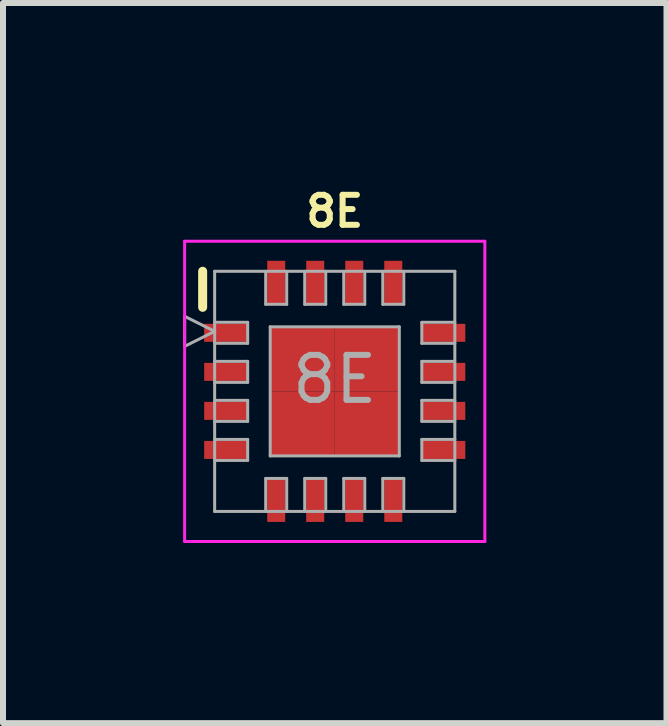
<source format=kicad_pcb>
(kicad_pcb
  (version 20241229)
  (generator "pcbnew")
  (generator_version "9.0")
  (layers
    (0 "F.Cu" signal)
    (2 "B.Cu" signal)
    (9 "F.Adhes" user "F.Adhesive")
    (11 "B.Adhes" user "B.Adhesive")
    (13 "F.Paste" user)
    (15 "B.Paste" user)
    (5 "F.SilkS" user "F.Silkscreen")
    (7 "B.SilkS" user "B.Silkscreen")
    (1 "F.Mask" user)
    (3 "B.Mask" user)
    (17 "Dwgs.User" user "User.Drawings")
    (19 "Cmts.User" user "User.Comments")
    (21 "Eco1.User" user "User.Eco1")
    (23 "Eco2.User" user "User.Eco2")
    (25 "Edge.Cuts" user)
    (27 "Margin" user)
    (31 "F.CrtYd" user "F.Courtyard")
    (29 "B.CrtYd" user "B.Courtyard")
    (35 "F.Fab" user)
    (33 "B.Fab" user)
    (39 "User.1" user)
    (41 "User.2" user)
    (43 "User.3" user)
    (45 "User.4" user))
  (footprint "8E"
    (layer "F.Cu")
    (at 2.525 3.468)
    (property "Reference" "8E" (at 0 -3 0) (layer "F.SilkS") (effects (font (size 0.5 0.5) (thickness 0.1))))
    (attr smd)
    (fp_line (start -2.2 -1.4) (end -2.2 -2) (stroke (width 0.15) (type solid)) (layer "F.SilkS"))
    (fp_line (start -2.5 -2.5) (end -2.5 2.5) (stroke (width 0.05) (type solid)) (layer "F.CrtYd"))
    (fp_line (start -2.5 -2.5) (end 2.5 -2.5) (stroke (width 0.05) (type solid)) (layer "F.CrtYd"))
    (fp_line (start -2.5 2.5) (end 2.5 2.5) (stroke (width 0.05) (type solid)) (layer "F.CrtYd"))
    (fp_line (start 2.5 -2.5) (end 2.5 2.5) (stroke (width 0.05) (type solid)) (layer "F.CrtYd"))
    (fp_line (start -2.5 -1.25) (end -2.5 -0.75) (stroke (width 0.05) (type solid)) (layer "F.Fab"))
    (fp_line (start -2.5 -0.75) (end -2 -1) (stroke (width 0.05) (type solid)) (layer "F.Fab"))
    (fp_line (start -2 -2) (end 2 -2) (stroke (width 0.05) (type solid)) (layer "F.Fab"))
    (fp_line (start -2 -1) (end -2.5 -1.25) (stroke (width 0.05) (type solid)) (layer "F.Fab"))
    (fp_line (start -2 -0.8) (end -1.45 -0.8) (stroke (width 0.05) (type solid)) (layer "F.Fab"))
    (fp_line (start -2 -0.15) (end -1.45 -0.15) (stroke (width 0.05) (type solid)) (layer "F.Fab"))
    (fp_line (start -2 0.5) (end -1.45 0.5) (stroke (width 0.05) (type solid)) (layer "F.Fab"))
    (fp_line (start -2 1.15) (end -1.45 1.15) (stroke (width 0.05) (type solid)) (layer "F.Fab"))
    (fp_line (start -2 2) (end -2 -2) (stroke (width 0.05) (type solid)) (layer "F.Fab"))
    (fp_line (start -1.45 -1.15) (end -2 -1.15) (stroke (width 0.05) (type solid)) (layer "F.Fab"))
    (fp_line (start -1.45 -0.8) (end -1.45 -1.15) (stroke (width 0.05) (type solid)) (layer "F.Fab"))
    (fp_line (start -1.45 -0.5) (end -2 -0.5) (stroke (width 0.05) (type solid)) (layer "F.Fab"))
    (fp_line (start -1.45 -0.15) (end -1.45 -0.5) (stroke (width 0.05) (type solid)) (layer "F.Fab"))
    (fp_line (start -1.45 0.15) (end -2 0.15) (stroke (width 0.05) (type solid)) (layer "F.Fab"))
    (fp_line (start -1.45 0.5) (end -1.45 0.15) (stroke (width 0.05) (type solid)) (layer "F.Fab"))
    (fp_line (start -1.45 0.8) (end -2 0.8) (stroke (width 0.05) (type solid)) (layer "F.Fab"))
    (fp_line (start -1.45 1.15) (end -1.45 0.8) (stroke (width 0.05) (type solid)) (layer "F.Fab"))
    (fp_line (start -1.15 -2) (end -1.15 -1.45) (stroke (width 0.05) (type solid)) (layer "F.Fab"))
    (fp_line (start -1.15 -1.45) (end -0.8 -1.45) (stroke (width 0.05) (type solid)) (layer "F.Fab"))
    (fp_line (start -1.15 1.45) (end -1.15 2) (stroke (width 0.05) (type solid)) (layer "F.Fab"))
    (fp_line (start -1.075 -1.075) (end 1.075 -1.075) (stroke (width 0.05) (type solid)) (layer "F.Fab"))
    (fp_line (start -1.075 1.075) (end -1.075 -1.075) (stroke (width 0.05) (type solid)) (layer "F.Fab"))
    (fp_line (start -0.8 -1.45) (end -0.8 -2) (stroke (width 0.05) (type solid)) (layer "F.Fab"))
    (fp_line (start -0.8 1.45) (end -1.15 1.45) (stroke (width 0.05) (type solid)) (layer "F.Fab"))
    (fp_line (start -0.8 2) (end -0.8 1.45) (stroke (width 0.05) (type solid)) (layer "F.Fab"))
    (fp_line (start -0.5 -2) (end -0.5 -1.45) (stroke (width 0.05) (type solid)) (layer "F.Fab"))
    (fp_line (start -0.5 -1.45) (end -0.15 -1.45) (stroke (width 0.05) (type solid)) (layer "F.Fab"))
    (fp_line (start -0.5 1.45) (end -0.5 2) (stroke (width 0.05) (type solid)) (layer "F.Fab"))
    (fp_line (start -0.15 -1.45) (end -0.15 -2) (stroke (width 0.05) (type solid)) (layer "F.Fab"))
    (fp_line (start -0.15 1.45) (end -0.5 1.45) (stroke (width 0.05) (type solid)) (layer "F.Fab"))
    (fp_line (start -0.15 2) (end -0.15 1.45) (stroke (width 0.05) (type solid)) (layer "F.Fab"))
    (fp_line (start 0.15 -2) (end 0.15 -1.45) (stroke (width 0.05) (type solid)) (layer "F.Fab"))
    (fp_line (start 0.15 -1.45) (end 0.5 -1.45) (stroke (width 0.05) (type solid)) (layer "F.Fab"))
    (fp_line (start 0.15 1.45) (end 0.15 2) (stroke (width 0.05) (type solid)) (layer "F.Fab"))
    (fp_line (start 0.5 -1.45) (end 0.5 -2) (stroke (width 0.05) (type solid)) (layer "F.Fab"))
    (fp_line (start 0.5 1.45) (end 0.15 1.45) (stroke (width 0.05) (type solid)) (layer "F.Fab"))
    (fp_line (start 0.5 2) (end 0.5 1.45) (stroke (width 0.05) (type solid)) (layer "F.Fab"))
    (fp_line (start 0.8 -2) (end 0.8 -1.45) (stroke (width 0.05) (type solid)) (layer "F.Fab"))
    (fp_line (start 0.8 -1.45) (end 1.15 -1.45) (stroke (width 0.05) (type solid)) (layer "F.Fab"))
    (fp_line (start 0.8 1.45) (end 0.8 2) (stroke (width 0.05) (type solid)) (layer "F.Fab"))
    (fp_line (start 1.075 -1.075) (end 1.075 1.075) (stroke (width 0.05) (type solid)) (layer "F.Fab"))
    (fp_line (start 1.075 1.075) (end -1.075 1.075) (stroke (width 0.05) (type solid)) (layer "F.Fab"))
    (fp_line (start 1.15 -1.45) (end 1.15 -2) (stroke (width 0.05) (type solid)) (layer "F.Fab"))
    (fp_line (start 1.15 1.45) (end 0.8 1.45) (stroke (width 0.05) (type solid)) (layer "F.Fab"))
    (fp_line (start 1.15 2) (end 1.15 1.45) (stroke (width 0.05) (type solid)) (layer "F.Fab"))
    (fp_line (start 1.45 -1.15) (end 1.45 -0.8) (stroke (width 0.05) (type solid)) (layer "F.Fab"))
    (fp_line (start 1.45 -0.8) (end 2 -0.8) (stroke (width 0.05) (type solid)) (layer "F.Fab"))
    (fp_line (start 1.45 -0.5) (end 1.45 -0.15) (stroke (width 0.05) (type solid)) (layer "F.Fab"))
    (fp_line (start 1.45 -0.15) (end 2 -0.15) (stroke (width 0.05) (type solid)) (layer "F.Fab"))
    (fp_line (start 1.45 0.15) (end 1.45 0.5) (stroke (width 0.05) (type solid)) (layer "F.Fab"))
    (fp_line (start 1.45 0.5) (end 2 0.5) (stroke (width 0.05) (type solid)) (layer "F.Fab"))
    (fp_line (start 1.45 0.8) (end 1.45 1.15) (stroke (width 0.05) (type solid)) (layer "F.Fab"))
    (fp_line (start 1.45 1.15) (end 2 1.15) (stroke (width 0.05) (type solid)) (layer "F.Fab"))
    (fp_line (start 2 -2) (end 2 2) (stroke (width 0.05) (type solid)) (layer "F.Fab"))
    (fp_line (start 2 -1.15) (end 1.45 -1.15) (stroke (width 0.05) (type solid)) (layer "F.Fab"))
    (fp_line (start 2 -0.5) (end 1.45 -0.5) (stroke (width 0.05) (type solid)) (layer "F.Fab"))
    (fp_line (start 2 0.15) (end 1.45 0.15) (stroke (width 0.05) (type solid)) (layer "F.Fab"))
    (fp_line (start 2 0.8) (end 1.45 0.8) (stroke (width 0.05) (type solid)) (layer "F.Fab"))
    (fp_line (start 2 2) (end -2 2) (stroke (width 0.05) (type solid)) (layer "F.Fab"))
    (fp_text user "${REFERENCE}" (at 0 -0.2 0) (layer "F.Fab") (effects (font (size 0.75 0.75) (thickness 0.1))))
    (pad "1" smd rect (at -1.812 -0.975) (size 0.725 0.3) (layers "F.Cu" "F.Mask" "F.Paste"))
    (pad "2" smd rect (at -1.812 -0.325) (size 0.725 0.3) (layers "F.Cu" "F.Mask" "F.Paste"))
    (pad "3" smd rect (at -1.812 0.325) (size 0.725 0.3) (layers "F.Cu" "F.Mask" "F.Paste"))
    (pad "4" smd rect (at -1.812 0.975) (size 0.725 0.3) (layers "F.Cu" "F.Mask" "F.Paste"))
    (pad "5" smd rect (at -0.975 1.812 90) (size 0.725 0.3) (layers "F.Cu" "F.Mask" "F.Paste"))
    (pad "6" smd rect (at -0.325 1.812 90) (size 0.725 0.3) (layers "F.Cu" "F.Mask" "F.Paste"))
    (pad "7" smd rect (at 0.325 1.812 90) (size 0.725 0.3) (layers "F.Cu" "F.Mask" "F.Paste"))
    (pad "8" smd rect (at 0.975 1.812 90) (size 0.725 0.3) (layers "F.Cu" "F.Mask" "F.Paste"))
    (pad "9" smd rect (at 1.812 0.975) (size 0.725 0.3) (layers "F.Cu" "F.Mask" "F.Paste"))
    (pad "10" smd rect (at 1.812 0.325) (size 0.725 0.3) (layers "F.Cu" "F.Mask" "F.Paste"))
    (pad "11" smd rect (at 1.812 -0.325) (size 0.725 0.3) (layers "F.Cu" "F.Mask" "F.Paste"))
    (pad "12" smd rect (at 1.812 -0.975) (size 0.725 0.3) (layers "F.Cu" "F.Mask" "F.Paste"))
    (pad "13" smd rect (at 0.975 -1.812 90) (size 0.725 0.3) (layers "F.Cu" "F.Mask" "F.Paste"))
    (pad "14" smd rect (at 0.325 -1.812 90) (size 0.725 0.3) (layers "F.Cu" "F.Mask" "F.Paste"))
    (pad "15" smd rect (at -0.325 -1.812 90) (size 0.725 0.3) (layers "F.Cu" "F.Mask" "F.Paste"))
    (pad "16" smd rect (at -0.975 -1.812 90) (size 0.725 0.3) (layers "F.Cu" "F.Mask" "F.Paste"))
    (pad "17" smd rect (at -0.537 -0.537) (size 1.075 1.075) (layers "F.Cu" "F.Mask" "F.Paste"))
    (pad "17" smd rect (at -0.537 0.537) (size 1.075 1.075) (layers "F.Cu" "F.Mask" "F.Paste"))
    (pad "17" smd rect (at 0.537 -0.537) (size 1.075 1.075) (layers "F.Cu" "F.Mask" "F.Paste"))
    (pad "17" smd rect (at 0.537 0.537) (size 1.075 1.075) (layers "F.Cu" "F.Mask" "F.Paste")))
  (gr_rect
    (start -3 -3)
    (end 8.05 8.993)
    (stroke (width 0.1) (type default))
    (fill no)
    (layer "Edge.Cuts")))
</source>
